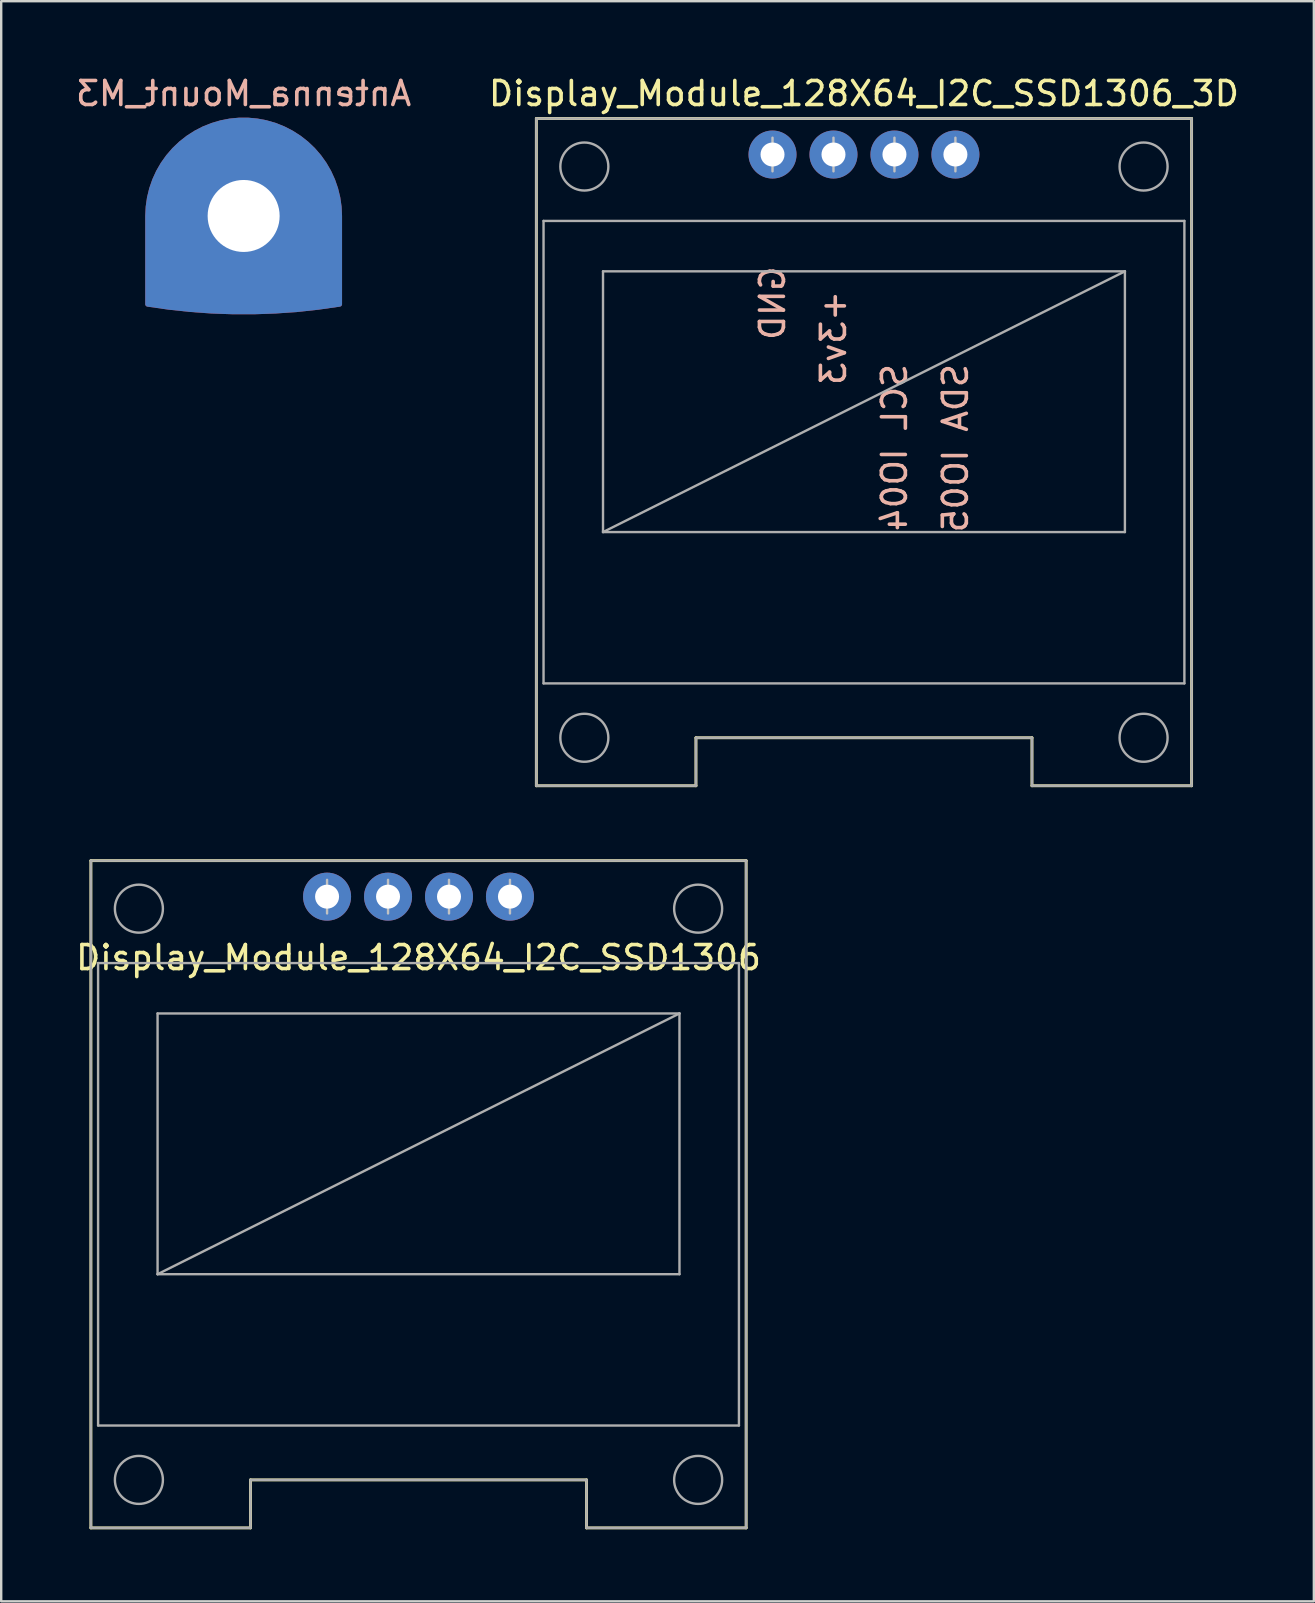
<source format=kicad_pcb>
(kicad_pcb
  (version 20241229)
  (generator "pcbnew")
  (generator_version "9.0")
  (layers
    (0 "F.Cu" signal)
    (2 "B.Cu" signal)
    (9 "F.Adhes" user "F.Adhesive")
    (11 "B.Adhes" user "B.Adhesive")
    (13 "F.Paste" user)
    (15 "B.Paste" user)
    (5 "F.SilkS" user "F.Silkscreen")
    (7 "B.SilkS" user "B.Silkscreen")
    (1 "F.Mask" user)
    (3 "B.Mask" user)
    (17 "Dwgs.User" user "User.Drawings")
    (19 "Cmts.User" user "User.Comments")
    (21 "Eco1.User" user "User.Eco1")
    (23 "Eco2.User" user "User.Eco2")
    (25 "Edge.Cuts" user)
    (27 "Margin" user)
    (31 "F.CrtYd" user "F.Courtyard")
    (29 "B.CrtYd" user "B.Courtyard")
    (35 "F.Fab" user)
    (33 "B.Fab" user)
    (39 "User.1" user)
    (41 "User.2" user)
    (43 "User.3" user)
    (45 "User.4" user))
  (footprint "Display_Module_128X64_I2C_SSD1306"
    (layer "F.Cu")
    (at 14.387 34.308)
    (property "Reference" "Display_Module_128X64_I2C_SSD1306" (at 0 2.54 0) (layer "F.SilkS") (effects (font (size 1 1) (thickness 0.15))))
    (attr through_hole)
    (fp_line (start -13.65 -1.5) (end -13.65 26.3) (stroke (width 0.12) (type solid)) (layer "F.SilkS"))
    (fp_line (start -13.65 26.3) (end -7 26.3) (stroke (width 0.12) (type solid)) (layer "F.SilkS"))
    (fp_line (start -7 24.3) (end -7 26.3) (stroke (width 0.12) (type solid)) (layer "F.SilkS"))
    (fp_line (start 7 24.3) (end -7 24.3) (stroke (width 0.12) (type solid)) (layer "F.SilkS"))
    (fp_line (start 7 26.3) (end 7 24.3) (stroke (width 0.12) (type solid)) (layer "F.SilkS"))
    (fp_line (start 7 26.3) (end 13.65 26.3) (stroke (width 0.12) (type solid)) (layer "F.SilkS"))
    (fp_line (start 13.65 -1.5) (end -13.65 -1.5) (stroke (width 0.12) (type solid)) (layer "F.SilkS"))
    (fp_line (start 13.65 26.3) (end 13.65 -1.5) (stroke (width 0.12) (type solid)) (layer "F.SilkS"))
    (fp_line (start -3.81 0.7) (end -3.81 -0.7) (stroke (width 0.1) (type solid)) (layer "Dwgs.User"))
    (fp_line (start -1.27 0.7) (end -1.27 -0.7) (stroke (width 0.1) (type solid)) (layer "Dwgs.User"))
    (fp_line (start 1.27 0.7) (end 1.27 -0.7) (stroke (width 0.1) (type solid)) (layer "Dwgs.User"))
    (fp_line (start 3.81 0.7) (end 3.81 -0.7) (stroke (width 0.1) (type solid)) (layer "Dwgs.User"))
    (fp_line (start -13.65 -1.5) (end -13.65 26.3) (stroke (width 0.1) (type solid)) (layer "F.Fab"))
    (fp_line (start -13.65 26.3) (end -7 26.3) (stroke (width 0.1) (type solid)) (layer "F.Fab"))
    (fp_line (start -13.35 2.766) (end -13.35 22.034) (stroke (width 0.1) (type solid)) (layer "F.Fab"))
    (fp_line (start -13.35 22.034) (end 13.35 22.034) (stroke (width 0.1) (type solid)) (layer "F.Fab"))
    (fp_line (start -10.872 4.866) (end -10.872 15.73) (stroke (width 0.1) (type solid)) (layer "F.Fab"))
    (fp_line (start -10.872 15.73) (end 10.872 4.866) (stroke (width 0.1) (type solid)) (layer "F.Fab"))
    (fp_line (start -10.872 15.73) (end 10.872 15.73) (stroke (width 0.1) (type solid)) (layer "F.Fab"))
    (fp_line (start -7 24.3) (end -7 26.3) (stroke (width 0.1) (type solid)) (layer "F.Fab"))
    (fp_line (start 7 24.3) (end -7 24.3) (stroke (width 0.1) (type solid)) (layer "F.Fab"))
    (fp_line (start 7 26.3) (end 7 24.3) (stroke (width 0.1) (type solid)) (layer "F.Fab"))
    (fp_line (start 7 26.3) (end 13.65 26.3) (stroke (width 0.1) (type solid)) (layer "F.Fab"))
    (fp_line (start 10.872 4.866) (end -10.872 4.866) (stroke (width 0.1) (type solid)) (layer "F.Fab"))
    (fp_line (start 10.872 15.73) (end 10.872 4.866) (stroke (width 0.1) (type solid)) (layer "F.Fab"))
    (fp_line (start 13.35 2.766) (end -13.35 2.766) (stroke (width 0.1) (type solid)) (layer "F.Fab"))
    (fp_line (start 13.35 22.034) (end 13.35 2.766) (stroke (width 0.1) (type solid)) (layer "F.Fab"))
    (fp_line (start 13.65 -1.5) (end -13.65 -1.5) (stroke (width 0.1) (type solid)) (layer "F.Fab"))
    (fp_line (start 13.65 26.3) (end 13.65 -1.5) (stroke (width 0.1) (type solid)) (layer "F.Fab"))
    (fp_circle (center -11.65 0.5) (end -10.65 0.5) (stroke (width 0.1) (type solid)) (fill no) (layer "F.Fab"))
    (fp_circle (center -11.65 24.3) (end -10.65 24.3) (stroke (width 0.1) (type solid)) (fill no) (layer "F.Fab"))
    (fp_circle (center 11.65 0.5) (end 12.65 0.5) (stroke (width 0.1) (type solid)) (fill no) (layer "F.Fab"))
    (fp_circle (center 11.65 24.3) (end 12.65 24.3) (stroke (width 0.1) (type solid)) (fill no) (layer "F.Fab"))
    (pad "1" thru_hole circle (at -3.81 0) (size 2 2) (drill 1) (layers "*.Cu" "*.Mask"))
    (pad "2" thru_hole circle (at -1.27 0) (size 2 2) (drill 1) (layers "*.Cu" "*.Mask"))
    (pad "3" thru_hole circle (at 1.27 0) (size 2 2) (drill 1) (layers "*.Cu" "*.Mask"))
    (pad "4" thru_hole circle (at 3.81 0) (size 2 2) (drill 1) (layers "*.Cu" "*.Mask")))
  (footprint "Display_Module_128X64_I2C_SSD1306_3D"
    (layer "F.Cu")
    (at 32.946 3.388)
    (property "Reference" "Display_Module_128X64_I2C_SSD1306_3D" (at 0 -2.54 0) (layer "F.SilkS") (effects (font (size 1 1) (thickness 0.15))))
    (attr through_hole)
    (fp_line (start -13.65 -1.5) (end -13.65 26.3) (stroke (width 0.12) (type solid)) (layer "F.SilkS"))
    (fp_line (start -13.65 26.3) (end -7 26.3) (stroke (width 0.12) (type solid)) (layer "F.SilkS"))
    (fp_line (start -7 24.3) (end -7 26.3) (stroke (width 0.12) (type solid)) (layer "F.SilkS"))
    (fp_line (start 7 24.3) (end -7 24.3) (stroke (width 0.12) (type solid)) (layer "F.SilkS"))
    (fp_line (start 7 26.3) (end 7 24.3) (stroke (width 0.12) (type solid)) (layer "F.SilkS"))
    (fp_line (start 7 26.3) (end 13.65 26.3) (stroke (width 0.12) (type solid)) (layer "F.SilkS"))
    (fp_line (start 13.65 -1.5) (end -13.65 -1.5) (stroke (width 0.12) (type solid)) (layer "F.SilkS"))
    (fp_line (start 13.65 26.3) (end 13.65 -1.5) (stroke (width 0.12) (type solid)) (layer "F.SilkS"))
    (fp_line (start -3.81 0.7) (end -3.81 -0.7) (stroke (width 0.1) (type solid)) (layer "Dwgs.User"))
    (fp_line (start -1.27 0.7) (end -1.27 -0.7) (stroke (width 0.1) (type solid)) (layer "Dwgs.User"))
    (fp_line (start 1.27 0.7) (end 1.27 -0.7) (stroke (width 0.1) (type solid)) (layer "Dwgs.User"))
    (fp_line (start 3.81 0.7) (end 3.81 -0.7) (stroke (width 0.1) (type solid)) (layer "Dwgs.User"))
    (fp_line (start -13.65 -1.5) (end -13.65 26.3) (stroke (width 0.1) (type solid)) (layer "F.Fab"))
    (fp_line (start -13.65 26.3) (end -7 26.3) (stroke (width 0.1) (type solid)) (layer "F.Fab"))
    (fp_line (start -13.35 2.766) (end -13.35 22.034) (stroke (width 0.1) (type solid)) (layer "F.Fab"))
    (fp_line (start -13.35 22.034) (end 13.35 22.034) (stroke (width 0.1) (type solid)) (layer "F.Fab"))
    (fp_line (start -10.872 4.866) (end -10.872 15.73) (stroke (width 0.1) (type solid)) (layer "F.Fab"))
    (fp_line (start -10.872 15.73) (end 10.872 4.866) (stroke (width 0.1) (type solid)) (layer "F.Fab"))
    (fp_line (start -10.872 15.73) (end 10.872 15.73) (stroke (width 0.1) (type solid)) (layer "F.Fab"))
    (fp_line (start -7 24.3) (end -7 26.3) (stroke (width 0.1) (type solid)) (layer "F.Fab"))
    (fp_line (start 7 24.3) (end -7 24.3) (stroke (width 0.1) (type solid)) (layer "F.Fab"))
    (fp_line (start 7 26.3) (end 7 24.3) (stroke (width 0.1) (type solid)) (layer "F.Fab"))
    (fp_line (start 7 26.3) (end 13.65 26.3) (stroke (width 0.1) (type solid)) (layer "F.Fab"))
    (fp_line (start 10.872 4.866) (end -10.872 4.866) (stroke (width 0.1) (type solid)) (layer "F.Fab"))
    (fp_line (start 10.872 15.73) (end 10.872 4.866) (stroke (width 0.1) (type solid)) (layer "F.Fab"))
    (fp_line (start 13.35 2.766) (end -13.35 2.766) (stroke (width 0.1) (type solid)) (layer "F.Fab"))
    (fp_line (start 13.35 22.034) (end 13.35 2.766) (stroke (width 0.1) (type solid)) (layer "F.Fab"))
    (fp_line (start 13.65 -1.5) (end -13.65 -1.5) (stroke (width 0.1) (type solid)) (layer "F.Fab"))
    (fp_line (start 13.65 26.3) (end 13.65 -1.5) (stroke (width 0.1) (type solid)) (layer "F.Fab"))
    (fp_circle (center -11.65 0.5) (end -10.65 0.5) (stroke (width 0.1) (type solid)) (fill no) (layer "F.Fab"))
    (fp_circle (center -11.65 24.3) (end -10.65 24.3) (stroke (width 0.1) (type solid)) (fill no) (layer "F.Fab"))
    (fp_circle (center 11.65 0.5) (end 12.65 0.5) (stroke (width 0.1) (type solid)) (fill no) (layer "F.Fab"))
    (fp_circle (center 11.65 24.3) (end 12.65 24.3) (stroke (width 0.1) (type solid)) (fill no) (layer "F.Fab"))
    (fp_text user "SCL IO04" (at 1.27 8.636 270) (layer "B.SilkS") (effects (font (size 1 1) (thickness 0.15)) (justify left mirror)))
    (fp_text user "SDA IO05" (at 3.81 8.636 270) (layer "B.SilkS") (effects (font (size 1 1) (thickness 0.15)) (justify left mirror)))
    (fp_text user "+3v3" (at -1.27 5.588 270) (layer "B.SilkS") (effects (font (size 1 1) (thickness 0.15)) (justify left mirror)))
    (fp_text user "GND" (at -3.81 4.572 270) (layer "B.SilkS") (effects (font (size 1 1) (thickness 0.15)) (justify left mirror)))
    (pad "1" thru_hole circle (at -3.81 0) (size 2 2) (drill 1) (layers "*.Cu" "*.Mask"))
    (pad "2" thru_hole circle (at -1.27 0) (size 2 2) (drill 1) (layers "*.Cu" "*.Mask"))
    (pad "3" thru_hole circle (at 1.27 0) (size 2 2) (drill 1) (layers "*.Cu" "*.Mask"))
    (pad "4" thru_hole circle (at 3.81 0) (size 2 2) (drill 1) (layers "*.Cu" "*.Mask")))
  (footprint "Antenna_Mount_M3"
    (layer "F.Cu")
    (at 7.101 5.948)
    (property "Reference" "Antenna_Mount_M3" (at 0 -5.1 0) (layer "B.SilkS") (effects (font (size 1 1) (thickness 0.15)) (justify mirror)))
    (attr through_hole)
    (pad "1" thru_hole custom (at 0 0) (size 5 5) (drill 3) (layers "*.Cu" "*.Mask") (options (anchor circle)) (primitives (gr_arc (start -3.999999 0) (mid 0 -3.999999) (end 3.999999 0) (width 0.2)) (gr_line (start 1.5 0) (end -1.5 0) (width 0.2)) (gr_line (start 0 -1.5) (end 0 1.5) (width 0.2)) (gr_line (start -4 3.678) (end -4 0) (width 0.2)) (gr_line (start 4 0) (end 4 3.678) (width 0.2)) (gr_arc (start 3.994059 3.678887) (mid -0.003009 3.999999) (end -4 3.677925) (width 0.2)) (gr_poly (pts (xy 1 -3.8) (xy 1.8 -3.5) (xy 2.7 -2.9) (xy 3.3 -2.2) (xy 3.8 -1.1) (xy 3.9 0) (xy 3.9 3.6) (xy 1.3 3.9) (xy -1.4 3.9) (xy -3.9 3.6) (xy -3.9 -0.2) (xy -3.7 -1.4) (xy -3 -2.5) (xy -2.1 -3.3) (xy -1 -3.8) (xy 0 -3.9)) (width 0.1) (fill yes)))))
  (gr_rect
    (start -3 -3)
    (end 51.69 63.668)
    (stroke (width 0.1) (type default))
    (fill no)
    (layer "Edge.Cuts")))
</source>
